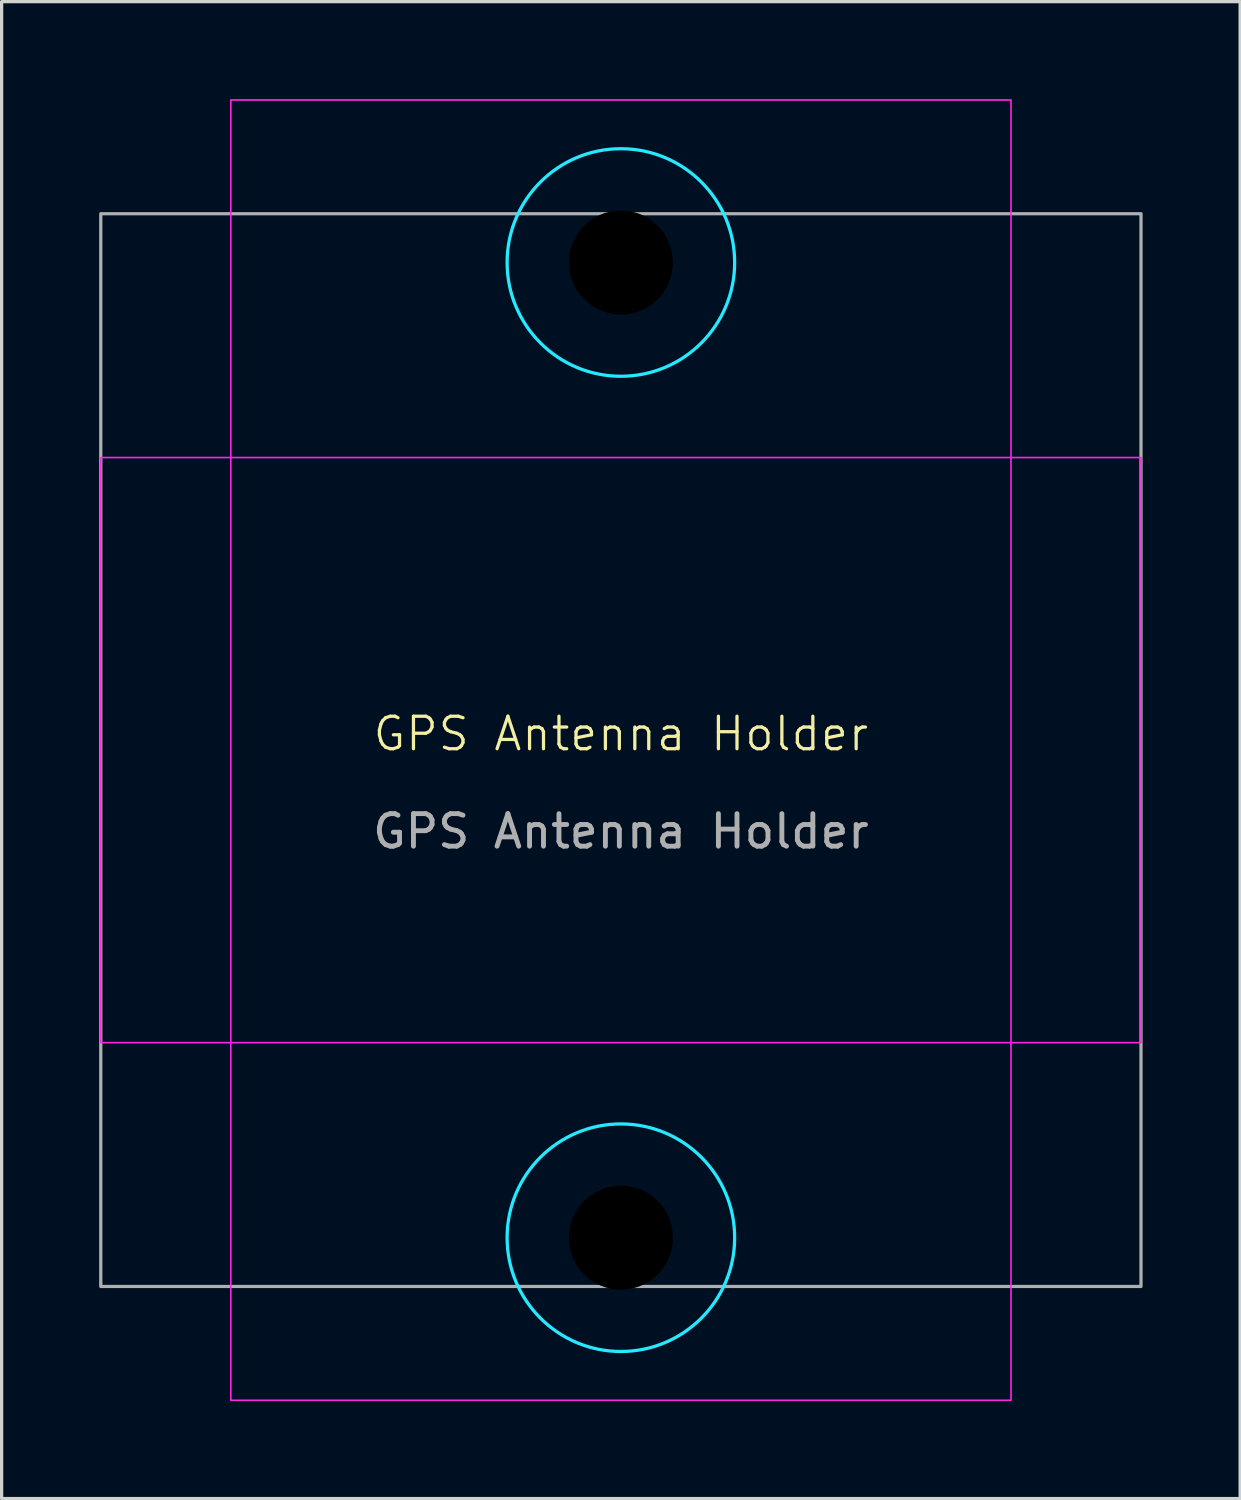
<source format=kicad_pcb>
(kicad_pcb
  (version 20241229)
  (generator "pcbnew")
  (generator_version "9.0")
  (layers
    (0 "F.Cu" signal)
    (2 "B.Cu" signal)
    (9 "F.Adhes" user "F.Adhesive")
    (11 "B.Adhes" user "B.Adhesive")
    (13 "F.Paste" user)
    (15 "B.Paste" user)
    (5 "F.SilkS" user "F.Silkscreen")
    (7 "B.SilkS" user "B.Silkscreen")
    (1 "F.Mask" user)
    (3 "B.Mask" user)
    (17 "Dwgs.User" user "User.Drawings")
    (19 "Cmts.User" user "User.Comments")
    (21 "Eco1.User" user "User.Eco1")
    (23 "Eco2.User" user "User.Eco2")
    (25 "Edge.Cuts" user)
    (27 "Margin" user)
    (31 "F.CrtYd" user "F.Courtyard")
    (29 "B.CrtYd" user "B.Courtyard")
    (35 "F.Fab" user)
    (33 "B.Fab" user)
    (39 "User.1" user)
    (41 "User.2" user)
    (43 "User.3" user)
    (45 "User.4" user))
  (footprint "GPS Antenna Holder"
    (layer "F.Cu")
    (at 16.05 20.025)
    (property "Reference" "GPS Antenna Holder" (at 0 -0.5 0) (unlocked yes) (layer "F.SilkS") (effects (font (size 1 1) (thickness 0.1))))
    (fp_circle (center 0 -15) (end 3.5 -15) (stroke (width 0.1) (type default)) (fill no) (layer "B.CrtYd"))
    (fp_circle (center 0 15) (end 3.5 15) (stroke (width 0.1) (type default)) (fill no) (layer "B.CrtYd"))
    (fp_rect (start -16 -9) (end 16 9) (stroke (width 0.05) (type default)) (fill no) (layer "F.CrtYd"))
    (fp_rect (start -12 -20) (end 12 20) (stroke (width 0.05) (type default)) (fill no) (layer "F.CrtYd"))
    (fp_rect (start -16 16.5) (end 16 -16.5) (stroke (width 0.1) (type default)) (fill no) (layer "F.Fab"))
    (fp_text user "${REFERENCE}" (at 0 2.5 0) (unlocked yes) (layer "F.Fab") (effects (font (size 1 1) (thickness 0.15))))
    (pad "" np_thru_hole circle (at 0 -15) (size 3.2 3.2) (drill 3.2) (layers "*.Mask"))
    (pad "" np_thru_hole circle (at 0 15) (size 3.2 3.2) (drill 3.2) (layers "*.Mask")))
  (gr_rect
    (start -3 -3)
    (end 35.1 43.05)
    (stroke (width 0.1) (type default))
    (fill no)
    (layer "Edge.Cuts")))
</source>
